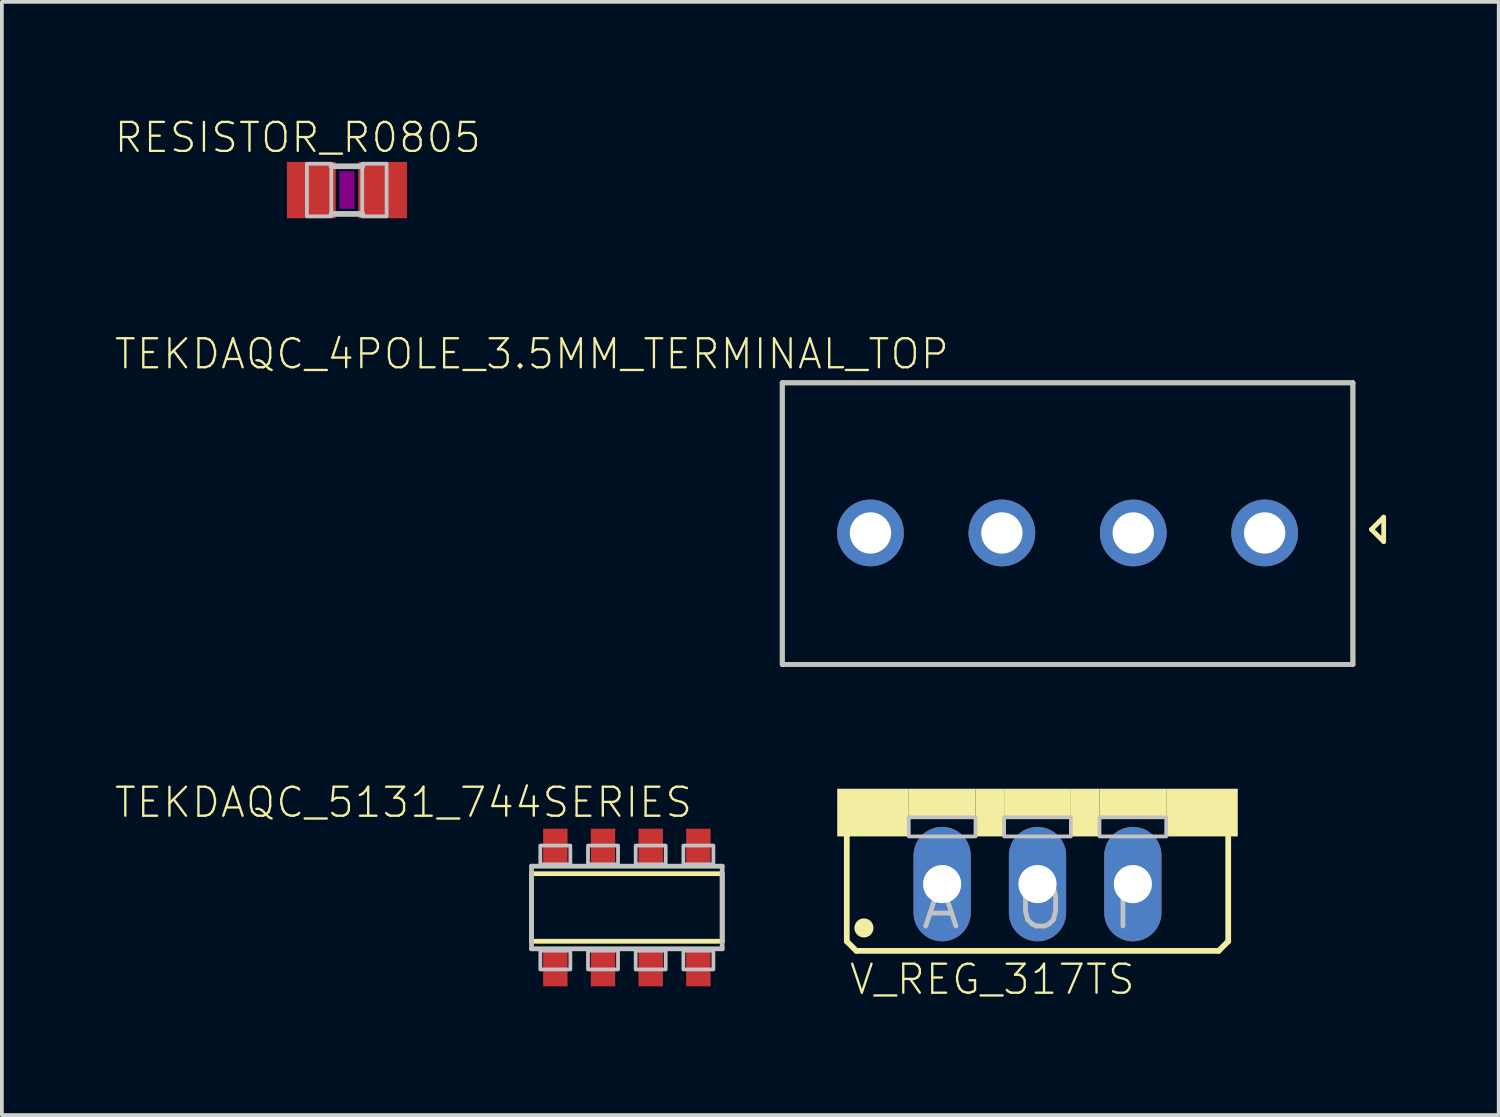
<source format=kicad_pcb>
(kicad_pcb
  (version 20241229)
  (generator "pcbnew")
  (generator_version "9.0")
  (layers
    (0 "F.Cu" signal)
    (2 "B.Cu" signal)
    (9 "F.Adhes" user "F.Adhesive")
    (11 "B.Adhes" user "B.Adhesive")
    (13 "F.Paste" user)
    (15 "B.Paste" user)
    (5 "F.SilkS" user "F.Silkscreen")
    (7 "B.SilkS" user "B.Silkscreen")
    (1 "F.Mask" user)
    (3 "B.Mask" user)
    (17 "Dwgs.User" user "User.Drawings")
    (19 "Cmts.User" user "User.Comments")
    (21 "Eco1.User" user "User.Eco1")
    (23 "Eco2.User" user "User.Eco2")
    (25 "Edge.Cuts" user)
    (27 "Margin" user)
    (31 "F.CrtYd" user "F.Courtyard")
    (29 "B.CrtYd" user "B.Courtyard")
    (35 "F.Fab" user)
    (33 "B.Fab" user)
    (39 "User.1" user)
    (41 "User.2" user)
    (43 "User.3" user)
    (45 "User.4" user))
  (footprint "TEKDAQC_4POLE_3.5MM_TERMINAL_TOP"
    (layer "F.Cu")
    (at 25.386 11.146)
    (property "Reference" "TEKDAQC_4POLE_3.5MM_TERMINAL_TOP" (at -3.11 -5.22 0) (layer "F.SilkS") (effects (font (size 0.772 0.772) (thickness 0.062)) (justify right top)))
    (attr through_hole)
    (fp_line (start -7.6 -4) (end -7.6 3.5) (stroke (width 0.127) (type solid)) (layer "F.SilkS"))
    (fp_line (start -7.6 3.5) (end 7.6 3.5) (stroke (width 0.127) (type solid)) (layer "F.SilkS"))
    (fp_line (start 7.6 -4) (end -7.6 -4) (stroke (width 0.127) (type solid)) (layer "F.SilkS"))
    (fp_line (start 7.6 3.5) (end 7.6 -4) (stroke (width 0.127) (type solid)) (layer "F.SilkS"))
    (fp_line (start 8.095 -0.095) (end 8.42 0.23) (stroke (width 0.127) (type solid)) (layer "F.SilkS"))
    (fp_line (start 8.42 -0.42) (end 8.095 -0.095) (stroke (width 0.127) (type solid)) (layer "F.SilkS"))
    (fp_line (start 8.42 0.23) (end 8.42 -0.42) (stroke (width 0.127) (type solid)) (layer "F.SilkS"))
    (fp_line (start -7.6 -4) (end -7.6 3.5) (stroke (width 0.127) (type solid)) (layer "Dwgs.User"))
    (fp_line (start -7.6 3.5) (end 7.6 3.5) (stroke (width 0.127) (type solid)) (layer "Dwgs.User"))
    (fp_line (start 7.6 -4) (end -7.6 -4) (stroke (width 0.127) (type solid)) (layer "Dwgs.User"))
    (fp_line (start 7.6 3.5) (end 7.6 -4) (stroke (width 0.127) (type solid)) (layer "Dwgs.User"))
    (pad "1" thru_hole circle (at 5.25 0) (size 1.778 1.778) (drill 1.1) (layers "*.Cu" "*.Mask"))
    (pad "2" thru_hole circle (at 1.75 0) (size 1.778 1.778) (drill 1.1) (layers "*.Cu" "*.Mask"))
    (pad "3" thru_hole circle (at -1.75 0) (size 1.778 1.778) (drill 1.1) (layers "*.Cu" "*.Mask"))
    (pad "4" thru_hole circle (at -5.25 0) (size 1.778 1.778) (drill 1.1) (layers "*.Cu" "*.Mask")))
  (footprint "RESISTOR_R0805"
    (layer "F.Cu")
    (at 6.192 2.013)
    (property "Reference" "RESISTOR_R0805" (at 3.62 -1.85 180) (layer "F.SilkS") (effects (font (size 0.772 0.772) (thickness 0.062)) (justify right top)))
    (attr through_hole)
    (fp_poly (pts (xy -0.2 0.5) (xy 0.2 0.5) (xy 0.2 -0.5) (xy -0.2 -0.5)) (stroke (width 0) (type solid)) (fill yes) (layer "F.Adhes"))
    (fp_line (start -0.41 -0.635) (end 0.41 -0.635) (stroke (width 0.152) (type solid)) (layer "Dwgs.User"))
    (fp_line (start -0.41 0.635) (end 0.41 0.635) (stroke (width 0.152) (type solid)) (layer "Dwgs.User"))
    (fp_poly (pts (xy -1.067 0.699) (xy -0.417 0.699) (xy -0.417 -0.702) (xy -1.067 -0.702)) (stroke (width 0.1) (type solid)) (fill no) (layer "Dwgs.User"))
    (fp_poly (pts (xy 0.406 0.699) (xy 1.056 0.699) (xy 1.056 -0.702) (xy 0.406 -0.702)) (stroke (width 0.1) (type solid)) (fill no) (layer "Dwgs.User"))
    (pad "1" smd rect (at -0.95 0) (size 1.3 1.5) (layers "F.Cu" "F.Mask" "F.Paste"))
    (pad "2" smd rect (at 0.95 0) (size 1.3 1.5) (layers "F.Cu" "F.Mask" "F.Paste")))
  (footprint "TEKDAQC_5131_744SERIES"
    (layer "F.Cu")
    (at 13.647 21.122)
    (property "Reference" "TEKDAQC_5131_744SERIES" (at 1.79 -3.25 180) (layer "F.SilkS") (effects (font (size 0.772 0.772) (thickness 0.062)) (justify right top)))
    (attr through_hole)
    (fp_line (start -2.54 -0.9) (end 2.54 -0.9) (stroke (width 0.127) (type solid)) (layer "F.SilkS"))
    (fp_line (start -2.54 0.9) (end -2.54 -0.9) (stroke (width 0.127) (type solid)) (layer "F.SilkS"))
    (fp_line (start 2.54 -0.9) (end 2.54 0.9) (stroke (width 0.127) (type solid)) (layer "F.SilkS"))
    (fp_line (start 2.54 0.9) (end -2.54 0.9) (stroke (width 0.127) (type solid)) (layer "F.SilkS"))
    (fp_line (start -2.54 -1.1) (end 2.54 -1.1) (stroke (width 0.127) (type solid)) (layer "Dwgs.User"))
    (fp_line (start -2.54 1.1) (end -2.54 -1.1) (stroke (width 0.127) (type solid)) (layer "Dwgs.User"))
    (fp_line (start 2.54 -1.1) (end 2.54 1.1) (stroke (width 0.127) (type solid)) (layer "Dwgs.User"))
    (fp_line (start 2.54 1.1) (end -2.54 1.1) (stroke (width 0.127) (type solid)) (layer "Dwgs.User"))
    (fp_poly (pts (xy -2.305 -1.15) (xy -1.505 -1.15) (xy -1.505 -1.65) (xy -2.305 -1.65)) (stroke (width 0.1) (type solid)) (fill no) (layer "Dwgs.User"))
    (fp_poly (pts (xy -2.305 1.65) (xy -1.505 1.65) (xy -1.505 1.15) (xy -2.305 1.15)) (stroke (width 0.1) (type solid)) (fill no) (layer "Dwgs.User"))
    (fp_poly (pts (xy -1.035 -1.15) (xy -0.235 -1.15) (xy -0.235 -1.65) (xy -1.035 -1.65)) (stroke (width 0.1) (type solid)) (fill no) (layer "Dwgs.User"))
    (fp_poly (pts (xy -1.035 1.65) (xy -0.235 1.65) (xy -0.235 1.15) (xy -1.035 1.15)) (stroke (width 0.1) (type solid)) (fill no) (layer "Dwgs.User"))
    (fp_poly (pts (xy 0.235 -1.15) (xy 1.035 -1.15) (xy 1.035 -1.65) (xy 0.235 -1.65)) (stroke (width 0.1) (type solid)) (fill no) (layer "Dwgs.User"))
    (fp_poly (pts (xy 0.235 1.65) (xy 1.035 1.65) (xy 1.035 1.15) (xy 0.235 1.15)) (stroke (width 0.1) (type solid)) (fill no) (layer "Dwgs.User"))
    (fp_poly (pts (xy 1.505 -1.15) (xy 2.305 -1.15) (xy 2.305 -1.65) (xy 1.505 -1.65)) (stroke (width 0.1) (type solid)) (fill no) (layer "Dwgs.User"))
    (fp_poly (pts (xy 1.505 1.65) (xy 2.305 1.65) (xy 2.305 1.15) (xy 1.505 1.15)) (stroke (width 0.1) (type solid)) (fill no) (layer "Dwgs.User"))
    (pad "P$1" smd rect (at -1.905 1.6 90) (size 1 0.65) (layers "F.Cu" "F.Mask" "F.Paste"))
    (pad "P$2" smd rect (at -0.635 1.6 90) (size 1 0.65) (layers "F.Cu" "F.Mask" "F.Paste"))
    (pad "P$3" smd rect (at 0.635 1.6 90) (size 1 0.65) (layers "F.Cu" "F.Mask" "F.Paste"))
    (pad "P$4" smd rect (at 1.905 1.6 90) (size 1 0.65) (layers "F.Cu" "F.Mask" "F.Paste"))
    (pad "P$5" smd rect (at 1.905 -1.6 270) (size 1 0.65) (layers "F.Cu" "F.Mask" "F.Paste"))
    (pad "P$6" smd rect (at 0.635 -1.6 270) (size 1 0.65) (layers "F.Cu" "F.Mask" "F.Paste"))
    (pad "P$7" smd rect (at -0.635 -1.6 270) (size 1 0.65) (layers "F.Cu" "F.Mask" "F.Paste"))
    (pad "P$8" smd rect (at -1.905 -1.6 270) (size 1 0.65) (layers "F.Cu" "F.Mask" "F.Paste")))
  (footprint "V_REG_317TS"
    (layer "F.Cu")
    (at 24.585 17.959)
    (property "Reference" "V_REG_317TS" (at -5.05 5.53 0) (layer "F.SilkS") (effects (font (size 0.772 0.772) (thickness 0.062)) (justify left bottom)))
    (attr through_hole)
    (fp_line (start -5.08 4.064) (end -5.08 1.143) (stroke (width 0.152) (type solid)) (layer "F.SilkS"))
    (fp_line (start -5.08 4.064) (end -4.826 4.318) (stroke (width 0.152) (type solid)) (layer "F.SilkS"))
    (fp_line (start 4.826 4.318) (end -4.826 4.318) (stroke (width 0.152) (type solid)) (layer "F.SilkS"))
    (fp_line (start 4.826 4.318) (end 5.08 4.064) (stroke (width 0.152) (type solid)) (layer "F.SilkS"))
    (fp_line (start 5.08 1.143) (end 5.08 4.064) (stroke (width 0.152) (type solid)) (layer "F.SilkS"))
    (fp_circle (center -4.623 3.708) (end -4.369 3.708) (stroke (width 0) (type solid)) (fill yes) (layer "F.SilkS"))
    (fp_poly (pts (xy -5.334 1.27) (xy -3.429 1.27) (xy -3.429 0) (xy -5.334 0)) (stroke (width 0) (type solid)) (fill yes) (layer "F.SilkS"))
    (fp_poly (pts (xy -3.429 0.762) (xy -1.651 0.762) (xy -1.651 0) (xy -3.429 0)) (stroke (width 0) (type solid)) (fill yes) (layer "F.SilkS"))
    (fp_poly (pts (xy -1.651 1.27) (xy -0.889 1.27) (xy -0.889 0) (xy -1.651 0)) (stroke (width 0) (type solid)) (fill yes) (layer "F.SilkS"))
    (fp_poly (pts (xy -0.889 0.762) (xy 0.889 0.762) (xy 0.889 0) (xy -0.889 0)) (stroke (width 0) (type solid)) (fill yes) (layer "F.SilkS"))
    (fp_poly (pts (xy 0.889 1.27) (xy 1.651 1.27) (xy 1.651 0) (xy 0.889 0)) (stroke (width 0) (type solid)) (fill yes) (layer "F.SilkS"))
    (fp_poly (pts (xy 1.651 0.762) (xy 3.429 0.762) (xy 3.429 0) (xy 1.651 0)) (stroke (width 0) (type solid)) (fill yes) (layer "F.SilkS"))
    (fp_poly (pts (xy 3.429 1.27) (xy 5.334 1.27) (xy 5.334 0) (xy 3.429 0)) (stroke (width 0) (type solid)) (fill yes) (layer "F.SilkS"))
    (fp_poly (pts (xy -3.429 1.27) (xy -1.651 1.27) (xy -1.651 0.762) (xy -3.429 0.762)) (stroke (width 0.1) (type solid)) (fill no) (layer "Dwgs.User"))
    (fp_poly (pts (xy -0.889 1.27) (xy 0.889 1.27) (xy 0.889 0.762) (xy -0.889 0.762)) (stroke (width 0.1) (type solid)) (fill no) (layer "Dwgs.User"))
    (fp_poly (pts (xy 1.651 1.27) (xy 3.429 1.27) (xy 3.429 0.762) (xy 1.651 0.762)) (stroke (width 0.1) (type solid)) (fill no) (layer "Dwgs.User"))
    (fp_text user "O" (at -0.635 3.81 0) (layer "Dwgs.User") (effects (font (size 1.206 1.206) (thickness 0.127)) (justify left bottom)))
    (fp_text user "I" (at 1.905 3.81 0) (layer "Dwgs.User") (effects (font (size 1.206 1.206) (thickness 0.127)) (justify left bottom)))
    (fp_text user "A" (at -3.175 3.81 0) (layer "Dwgs.User") (effects (font (size 1.206 1.206) (thickness 0.127)) (justify left bottom)))
    (pad "1" thru_hole oval (at -2.54 2.54 90) (size 3.048 1.524) (drill 1.016) (layers "*.Cu" "*.Mask"))
    (pad "2" thru_hole oval (at 0 2.54 90) (size 3.048 1.524) (drill 1.016) (layers "*.Cu" "*.Mask"))
    (pad "3" thru_hole oval (at 2.54 2.54 90) (size 3.048 1.524) (drill 1.016) (layers "*.Cu" "*.Mask")))
  (gr_rect
    (start -3 -3)
    (end 36.87 26.652)
    (stroke (width 0.1) (type default))
    (fill no)
    (layer "Edge.Cuts")))
</source>
